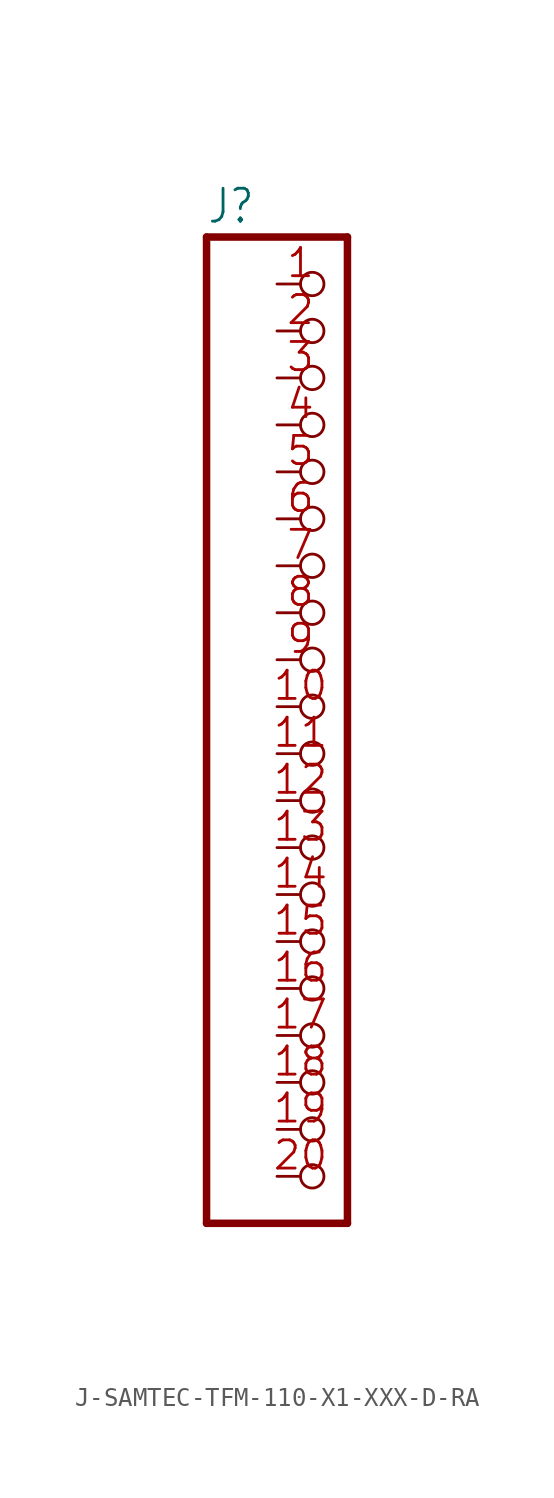
<source format=kicad_sym>
(kicad_symbol_lib
  (version 20241209)
  (generator "kicad_symbol_editor")
  (generator_version "9.0")
  (symbol "J-SAMTEC-TFM-110-X1-XXX-D-RA"
    (property "Reference" "J"
      (at -6.35 26.035 0)
      (effects (font (size 1.778 1.511)) (justify left bottom)))
    (property "Value" ""
      (at -6.35 -30.48 0)
      (effects (font (size 1.778 1.511)) (justify left bottom)))
    (property "ki_locked" ""
      (at 0 0 0)
      (effects (font (size 1.27 1.27))))
    (symbol "J-SAMTEC-TFM-110-X1-XXX-D-RA_1_0"
      (polyline (pts (xy -6.35 25.4) (xy -6.35 -27.94)) (stroke (width 0.406) (type solid)) (fill (type none)))
      (polyline (pts (xy -6.35 -27.94) (xy 1.27 -27.94)) (stroke (width 0.406) (type solid)) (fill (type none)))
      (polyline (pts (xy 1.27 25.4) (xy -6.35 25.4)) (stroke (width 0.406) (type solid)) (fill (type none)))
      (polyline (pts (xy 1.27 -27.94) (xy 1.27 25.4)) (stroke (width 0.406) (type solid)) (fill (type none)))
      (pin passive inverted (at -2.54 22.86 0) (length 2.54) (name "1" (effects (font (size 0 0)))) (number "1" (effects (font (size 1.524 1.524)))))
      (pin passive inverted (at -2.54 20.32 0) (length 2.54) (name "2" (effects (font (size 0 0)))) (number "2" (effects (font (size 1.524 1.524)))))
      (pin passive inverted (at -2.54 17.78 0) (length 2.54) (name "3" (effects (font (size 0 0)))) (number "3" (effects (font (size 1.524 1.524)))))
      (pin passive inverted (at -2.54 15.24 0) (length 2.54) (name "4" (effects (font (size 0 0)))) (number "4" (effects (font (size 1.524 1.524)))))
      (pin passive inverted (at -2.54 12.7 0) (length 2.54) (name "5" (effects (font (size 0 0)))) (number "5" (effects (font (size 1.524 1.524)))))
      (pin passive inverted (at -2.54 10.16 0) (length 2.54) (name "6" (effects (font (size 0 0)))) (number "6" (effects (font (size 1.524 1.524)))))
      (pin passive inverted (at -2.54 7.62 0) (length 2.54) (name "7" (effects (font (size 0 0)))) (number "7" (effects (font (size 1.524 1.524)))))
      (pin passive inverted (at -2.54 5.08 0) (length 2.54) (name "8" (effects (font (size 0 0)))) (number "8" (effects (font (size 1.524 1.524)))))
      (pin passive inverted (at -2.54 2.54 0) (length 2.54) (name "9" (effects (font (size 0 0)))) (number "9" (effects (font (size 1.524 1.524)))))
      (pin passive inverted (at -2.54 0 0) (length 2.54) (name "10" (effects (font (size 0 0)))) (number "10" (effects (font (size 1.524 1.524)))))
      (pin passive inverted (at -2.54 -2.54 0) (length 2.54) (name "11" (effects (font (size 0 0)))) (number "11" (effects (font (size 1.524 1.524)))))
      (pin passive inverted (at -2.54 -5.08 0) (length 2.54) (name "12" (effects (font (size 0 0)))) (number "12" (effects (font (size 1.524 1.524)))))
      (pin passive inverted (at -2.54 -7.62 0) (length 2.54) (name "13" (effects (font (size 0 0)))) (number "13" (effects (font (size 1.524 1.524)))))
      (pin passive inverted (at -2.54 -10.16 0) (length 2.54) (name "14" (effects (font (size 0 0)))) (number "14" (effects (font (size 1.524 1.524)))))
      (pin passive inverted (at -2.54 -12.7 0) (length 2.54) (name "15" (effects (font (size 0 0)))) (number "15" (effects (font (size 1.524 1.524)))))
      (pin passive inverted (at -2.54 -15.24 0) (length 2.54) (name "16" (effects (font (size 0 0)))) (number "16" (effects (font (size 1.524 1.524)))))
      (pin passive inverted (at -2.54 -17.78 0) (length 2.54) (name "17" (effects (font (size 0 0)))) (number "17" (effects (font (size 1.524 1.524)))))
      (pin passive inverted (at -2.54 -20.32 0) (length 2.54) (name "18" (effects (font (size 0 0)))) (number "18" (effects (font (size 1.524 1.524)))))
      (pin passive inverted (at -2.54 -22.86 0) (length 2.54) (name "19" (effects (font (size 0 0)))) (number "19" (effects (font (size 1.524 1.524)))))
      (pin passive inverted (at -2.54 -25.4 0) (length 2.54) (name "20" (effects (font (size 0 0)))) (number "20" (effects (font (size 1.524 1.524))))))))
</source>
